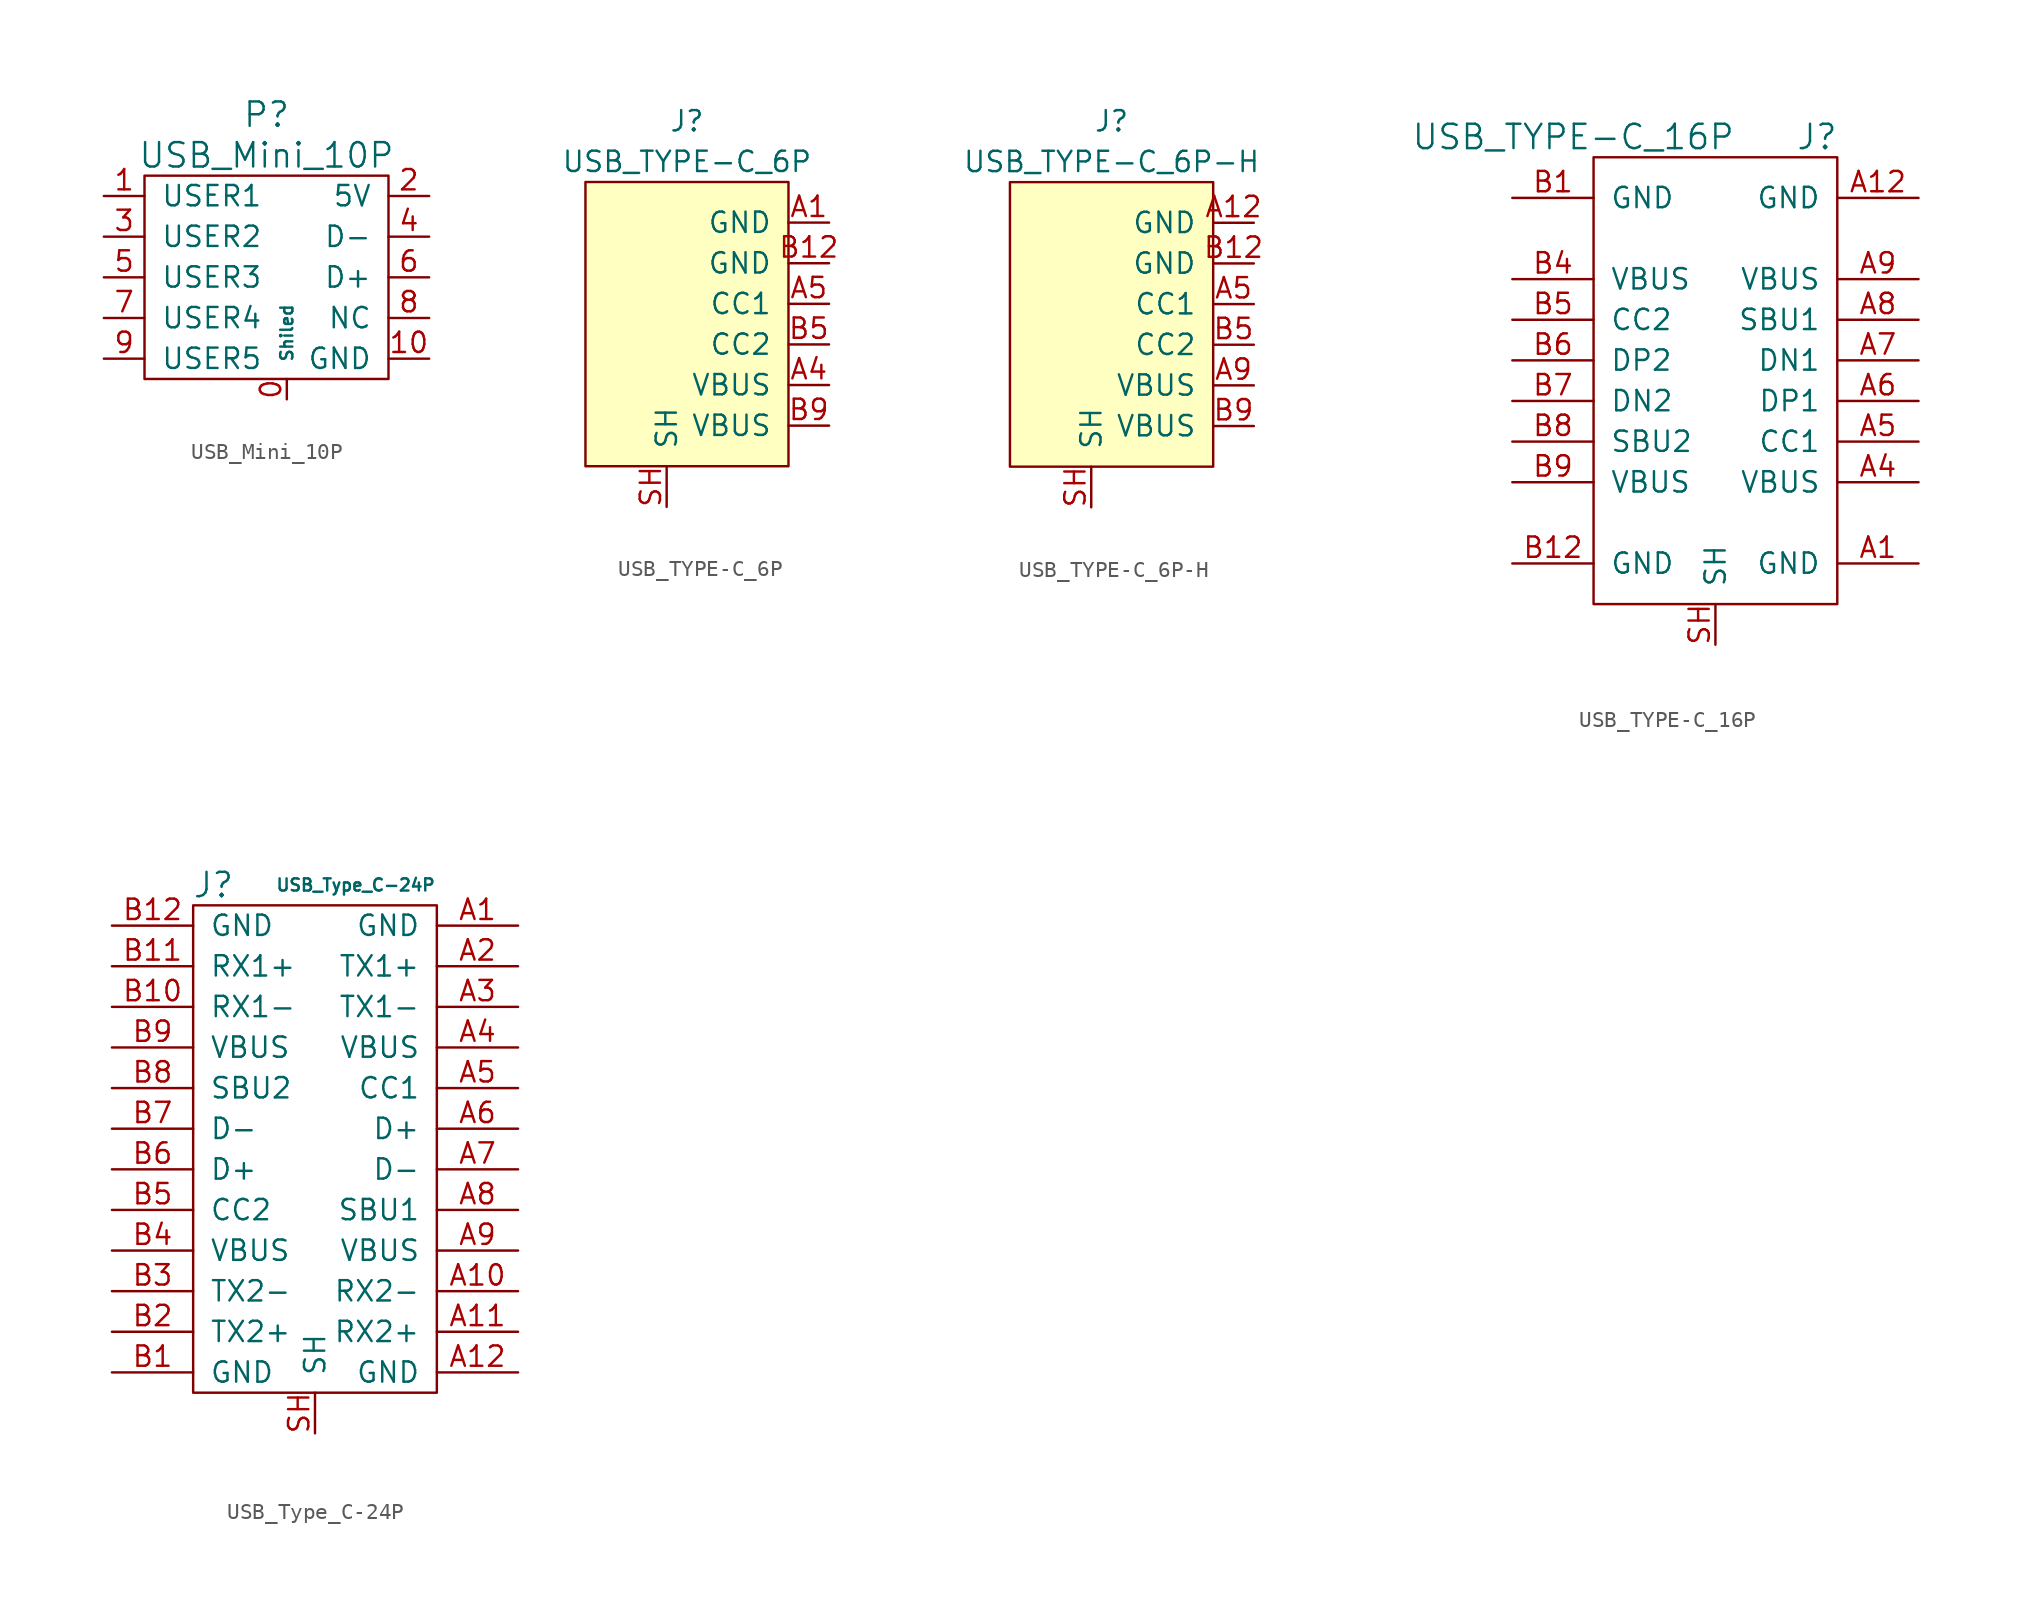
<source format=kicad_sym>
(kicad_symbol_lib
  (version 20220914)
  (generator kicad_symbol_editor)
  (symbol "USB_Mini_10P"
    (pin_names
      (offset 1.016))
    (property "Reference" "P"
      (at 0 10.16 0)
      (effects (font (size 1.524 1.524))))
    (property "Value" "USB_Mini_10P"
      (at 0 7.62 0)
      (effects (font (size 1.524 1.524))))
    (property "Footprint" ""
      (at 0 1.27 0)
      (effects (font (size 1.524 1.524))))
    (property "Datasheet" ""
      (at 0 1.27 0)
      (effects (font (size 1.524 1.524))))
    (symbol "USB_Mini_10P_0_1"
      (rectangle (start -7.62 6.35) (end 7.62 -6.35) (stroke (width 0) (type default)) (fill (type none))))
    (symbol "USB_Mini_10P_1_1"
      (pin input line (at 1.27 -7.62 90) (length 1.27) (name "Shiled" (effects (font (size 0.762 0.762)))) (number "0" (effects (font (size 1.27 1.27)))))
      (pin input line (at -10.16 5.08 0) (length 2.54) (name "USER1" (effects (font (size 1.27 1.27)))) (number "1" (effects (font (size 1.27 1.27)))))
      (pin input line (at 10.16 -5.08 180) (length 2.54) (name "GND" (effects (font (size 1.27 1.27)))) (number "10" (effects (font (size 1.27 1.27)))))
      (pin input line (at 10.16 5.08 180) (length 2.54) (name "5V" (effects (font (size 1.27 1.27)))) (number "2" (effects (font (size 1.27 1.27)))))
      (pin input line (at -10.16 2.54 0) (length 2.54) (name "USER2" (effects (font (size 1.27 1.27)))) (number "3" (effects (font (size 1.27 1.27)))))
      (pin input line (at 10.16 2.54 180) (length 2.54) (name "D-" (effects (font (size 1.27 1.27)))) (number "4" (effects (font (size 1.27 1.27)))))
      (pin input line (at -10.16 0 0) (length 2.54) (name "USER3" (effects (font (size 1.27 1.27)))) (number "5" (effects (font (size 1.27 1.27)))))
      (pin input line (at 10.16 0 180) (length 2.54) (name "D+" (effects (font (size 1.27 1.27)))) (number "6" (effects (font (size 1.27 1.27)))))
      (pin input line (at -10.16 -2.54 0) (length 2.54) (name "USER4" (effects (font (size 1.27 1.27)))) (number "7" (effects (font (size 1.27 1.27)))))
      (pin input line (at 10.16 -2.54 180) (length 2.54) (name "NC" (effects (font (size 1.27 1.27)))) (number "8" (effects (font (size 1.27 1.27)))))
      (pin input line (at -10.16 -5.08 0) (length 2.54) (name "USER5" (effects (font (size 1.27 1.27)))) (number "9" (effects (font (size 1.27 1.27)))))))
  (symbol "USB_TYPE-C_6P"
    (pin_names
      (offset 1.016))
    (property "Reference" "J"
      (at 0 16.51 0)
      (effects (font (size 1.27 1.27))))
    (property "Value" "USB_TYPE-C_6P"
      (at 0 13.97 0)
      (effects (font (size 1.27 1.27))))
    (symbol "USB_TYPE-C_6P_0_1"
      (rectangle (start -6.35 12.7) (end 6.35 -5.08) (stroke (width 0) (type default)) (fill (type background))))
    (symbol "USB_TYPE-C_6P_1_1"
      (pin input line (at 8.89 10.16 180) (length 2.54) (name "GND" (effects (font (size 1.27 1.27)))) (number "A1" (effects (font (size 1.27 1.27)))))
      (pin input line (at 8.89 0 180) (length 2.54) (name "VBUS" (effects (font (size 1.27 1.27)))) (number "A4" (effects (font (size 1.27 1.27)))))
      (pin input line (at 8.89 5.08 180) (length 2.54) (name "CC1" (effects (font (size 1.27 1.27)))) (number "A5" (effects (font (size 1.27 1.27)))))
      (pin input line (at 8.89 7.62 180) (length 2.54) (name "GND" (effects (font (size 1.27 1.27)))) (number "B12" (effects (font (size 1.27 1.27)))))
      (pin input line (at 8.89 2.54 180) (length 2.54) (name "CC2" (effects (font (size 1.27 1.27)))) (number "B5" (effects (font (size 1.27 1.27)))))
      (pin input line (at 8.89 -2.54 180) (length 2.54) (name "VBUS" (effects (font (size 1.27 1.27)))) (number "B9" (effects (font (size 1.27 1.27)))))
      (pin input line (at -1.27 -7.62 90) (length 2.54) (name "SH" (effects (font (size 1.27 1.27)))) (number "SH" (effects (font (size 1.27 1.27)))))))
  (symbol "USB_TYPE-C_6P-H"
    (pin_names
      (offset 1.016))
    (property "Reference" "J"
      (at 0 16.51 0)
      (effects (font (size 1.27 1.27))))
    (property "Value" "USB_TYPE-C_6P-H"
      (at 0 13.97 0)
      (effects (font (size 1.27 1.27))))
    (symbol "USB_TYPE-C_6P-H_0_1"
      (rectangle (start -6.35 12.7) (end 6.35 -5.08) (stroke (width 0) (type default)) (fill (type background))))
    (symbol "USB_TYPE-C_6P-H_1_1"
      (pin input line (at 8.89 10.16 180) (length 2.54) (name "GND" (effects (font (size 1.27 1.27)))) (number "A12" (effects (font (size 1.27 1.27)))))
      (pin input line (at 8.89 5.08 180) (length 2.54) (name "CC1" (effects (font (size 1.27 1.27)))) (number "A5" (effects (font (size 1.27 1.27)))))
      (pin input line (at 8.89 0 180) (length 2.54) (name "VBUS" (effects (font (size 1.27 1.27)))) (number "A9" (effects (font (size 1.27 1.27)))))
      (pin input line (at 8.89 7.62 180) (length 2.54) (name "GND" (effects (font (size 1.27 1.27)))) (number "B12" (effects (font (size 1.27 1.27)))))
      (pin input line (at 8.89 2.54 180) (length 2.54) (name "CC2" (effects (font (size 1.27 1.27)))) (number "B5" (effects (font (size 1.27 1.27)))))
      (pin input line (at 8.89 -2.54 180) (length 2.54) (name "VBUS" (effects (font (size 1.27 1.27)))) (number "B9" (effects (font (size 1.27 1.27)))))
      (pin input line (at -1.27 -7.62 90) (length 2.54) (name "SH" (effects (font (size 1.27 1.27)))) (number "SH" (effects (font (size 1.27 1.27)))))))
  (symbol "USB_TYPE-C_16P"
    (pin_names
      (offset 1.016))
    (property "Reference" "J"
      (at 6.35 15.24 0)
      (effects (font (size 1.524 1.524))))
    (property "Value" "USB_TYPE-C_16P"
      (at -8.89 15.24 0)
      (effects (font (size 1.524 1.524))))
    (symbol "USB_TYPE-C_16P_0_1"
      (rectangle (start 7.62 13.97) (end -7.62 -13.97) (stroke (width 0) (type default)) (fill (type none))))
    (symbol "USB_TYPE-C_16P_1_1"
      (pin input line (at 12.7 -11.43 180) (length 5.08) (name "GND" (effects (font (size 1.27 1.27)))) (number "A1" (effects (font (size 1.27 1.27)))))
      (pin input line (at 12.7 11.43 180) (length 5.08) (name "GND" (effects (font (size 1.27 1.27)))) (number "A12" (effects (font (size 1.27 1.27)))))
      (pin input line (at 12.7 -6.35 180) (length 5.08) (name "VBUS" (effects (font (size 1.27 1.27)))) (number "A4" (effects (font (size 1.27 1.27)))))
      (pin input line (at 12.7 -3.81 180) (length 5.08) (name "CC1" (effects (font (size 1.27 1.27)))) (number "A5" (effects (font (size 1.27 1.27)))))
      (pin input line (at 12.7 -1.27 180) (length 5.08) (name "DP1" (effects (font (size 1.27 1.27)))) (number "A6" (effects (font (size 1.27 1.27)))))
      (pin input line (at 12.7 1.27 180) (length 5.08) (name "DN1" (effects (font (size 1.27 1.27)))) (number "A7" (effects (font (size 1.27 1.27)))))
      (pin input line (at 12.7 3.81 180) (length 5.08) (name "SBU1" (effects (font (size 1.27 1.27)))) (number "A8" (effects (font (size 1.27 1.27)))))
      (pin input line (at 12.7 6.35 180) (length 5.08) (name "VBUS" (effects (font (size 1.27 1.27)))) (number "A9" (effects (font (size 1.27 1.27)))))
      (pin input line (at -12.7 11.43 0) (length 5.08) (name "GND" (effects (font (size 1.27 1.27)))) (number "B1" (effects (font (size 1.27 1.27)))))
      (pin input line (at -12.7 -11.43 0) (length 5.08) (name "GND" (effects (font (size 1.27 1.27)))) (number "B12" (effects (font (size 1.27 1.27)))))
      (pin input line (at -12.7 6.35 0) (length 5.08) (name "VBUS" (effects (font (size 1.27 1.27)))) (number "B4" (effects (font (size 1.27 1.27)))))
      (pin input line (at -12.7 3.81 0) (length 5.08) (name "CC2" (effects (font (size 1.27 1.27)))) (number "B5" (effects (font (size 1.27 1.27)))))
      (pin input line (at -12.7 1.27 0) (length 5.08) (name "DP2" (effects (font (size 1.27 1.27)))) (number "B6" (effects (font (size 1.27 1.27)))))
      (pin input line (at -12.7 -1.27 0) (length 5.08) (name "DN2" (effects (font (size 1.27 1.27)))) (number "B7" (effects (font (size 1.27 1.27)))))
      (pin input line (at -12.7 -3.81 0) (length 5.08) (name "SBU2" (effects (font (size 1.27 1.27)))) (number "B8" (effects (font (size 1.27 1.27)))))
      (pin input line (at -12.7 -6.35 0) (length 5.08) (name "VBUS" (effects (font (size 1.27 1.27)))) (number "B9" (effects (font (size 1.27 1.27)))))
      (pin input line (at 0 -16.51 90) (length 2.54) (name "SH" (effects (font (size 1.27 1.27)))) (number "SH" (effects (font (size 1.27 1.27)))))))
  (symbol "USB_Type_C-24P"
    (pin_names
      (offset 1.016))
    (property "Reference" "J"
      (at -6.35 16.51 0)
      (effects (font (size 1.524 1.524))))
    (property "Value" "USB_Type_C-24P"
      (at 2.54 16.51 0)
      (effects (font (size 0.762 0.762))))
    (symbol "USB_Type_C-24P_0_1"
      (rectangle (start -7.62 15.24) (end 7.62 -15.24) (stroke (width 0) (type default)) (fill (type none))))
    (symbol "USB_Type_C-24P_1_1"
      (pin input line (at 12.7 13.97 180) (length 5.08) (name "GND" (effects (font (size 1.27 1.27)))) (number "A1" (effects (font (size 1.27 1.27)))))
      (pin input line (at 12.7 -8.89 180) (length 5.08) (name "RX2-" (effects (font (size 1.27 1.27)))) (number "A10" (effects (font (size 1.27 1.27)))))
      (pin input line (at 12.7 -11.43 180) (length 5.08) (name "RX2+" (effects (font (size 1.27 1.27)))) (number "A11" (effects (font (size 1.27 1.27)))))
      (pin input line (at 12.7 -13.97 180) (length 5.08) (name "GND" (effects (font (size 1.27 1.27)))) (number "A12" (effects (font (size 1.27 1.27)))))
      (pin input line (at 12.7 11.43 180) (length 5.08) (name "TX1+" (effects (font (size 1.27 1.27)))) (number "A2" (effects (font (size 1.27 1.27)))))
      (pin input line (at 12.7 8.89 180) (length 5.08) (name "TX1-" (effects (font (size 1.27 1.27)))) (number "A3" (effects (font (size 1.27 1.27)))))
      (pin input line (at 12.7 6.35 180) (length 5.08) (name "VBUS" (effects (font (size 1.27 1.27)))) (number "A4" (effects (font (size 1.27 1.27)))))
      (pin input line (at 12.7 3.81 180) (length 5.08) (name "CC1" (effects (font (size 1.27 1.27)))) (number "A5" (effects (font (size 1.27 1.27)))))
      (pin input line (at 12.7 1.27 180) (length 5.08) (name "D+" (effects (font (size 1.27 1.27)))) (number "A6" (effects (font (size 1.27 1.27)))))
      (pin input line (at 12.7 -1.27 180) (length 5.08) (name "D-" (effects (font (size 1.27 1.27)))) (number "A7" (effects (font (size 1.27 1.27)))))
      (pin input line (at 12.7 -3.81 180) (length 5.08) (name "SBU1" (effects (font (size 1.27 1.27)))) (number "A8" (effects (font (size 1.27 1.27)))))
      (pin input line (at 12.7 -6.35 180) (length 5.08) (name "VBUS" (effects (font (size 1.27 1.27)))) (number "A9" (effects (font (size 1.27 1.27)))))
      (pin input line (at -12.7 -13.97 0) (length 5.08) (name "GND" (effects (font (size 1.27 1.27)))) (number "B1" (effects (font (size 1.27 1.27)))))
      (pin input line (at -12.7 8.89 0) (length 5.08) (name "RX1-" (effects (font (size 1.27 1.27)))) (number "B10" (effects (font (size 1.27 1.27)))))
      (pin input line (at -12.7 11.43 0) (length 5.08) (name "RX1+" (effects (font (size 1.27 1.27)))) (number "B11" (effects (font (size 1.27 1.27)))))
      (pin input line (at -12.7 13.97 0) (length 5.08) (name "GND" (effects (font (size 1.27 1.27)))) (number "B12" (effects (font (size 1.27 1.27)))))
      (pin input line (at -12.7 -11.43 0) (length 5.08) (name "TX2+" (effects (font (size 1.27 1.27)))) (number "B2" (effects (font (size 1.27 1.27)))))
      (pin input line (at -12.7 -8.89 0) (length 5.08) (name "TX2-" (effects (font (size 1.27 1.27)))) (number "B3" (effects (font (size 1.27 1.27)))))
      (pin input line (at -12.7 -6.35 0) (length 5.08) (name "VBUS" (effects (font (size 1.27 1.27)))) (number "B4" (effects (font (size 1.27 1.27)))))
      (pin input line (at -12.7 -3.81 0) (length 5.08) (name "CC2" (effects (font (size 1.27 1.27)))) (number "B5" (effects (font (size 1.27 1.27)))))
      (pin input line (at -12.7 -1.27 0) (length 5.08) (name "D+" (effects (font (size 1.27 1.27)))) (number "B6" (effects (font (size 1.27 1.27)))))
      (pin input line (at -12.7 1.27 0) (length 5.08) (name "D-" (effects (font (size 1.27 1.27)))) (number "B7" (effects (font (size 1.27 1.27)))))
      (pin input line (at -12.7 3.81 0) (length 5.08) (name "SBU2" (effects (font (size 1.27 1.27)))) (number "B8" (effects (font (size 1.27 1.27)))))
      (pin input line (at -12.7 6.35 0) (length 5.08) (name "VBUS" (effects (font (size 1.27 1.27)))) (number "B9" (effects (font (size 1.27 1.27)))))
      (pin input line (at 0 -17.78 90) (length 2.54) (name "SH" (effects (font (size 1.27 1.27)))) (number "SH" (effects (font (size 1.27 1.27))))))))
</source>
